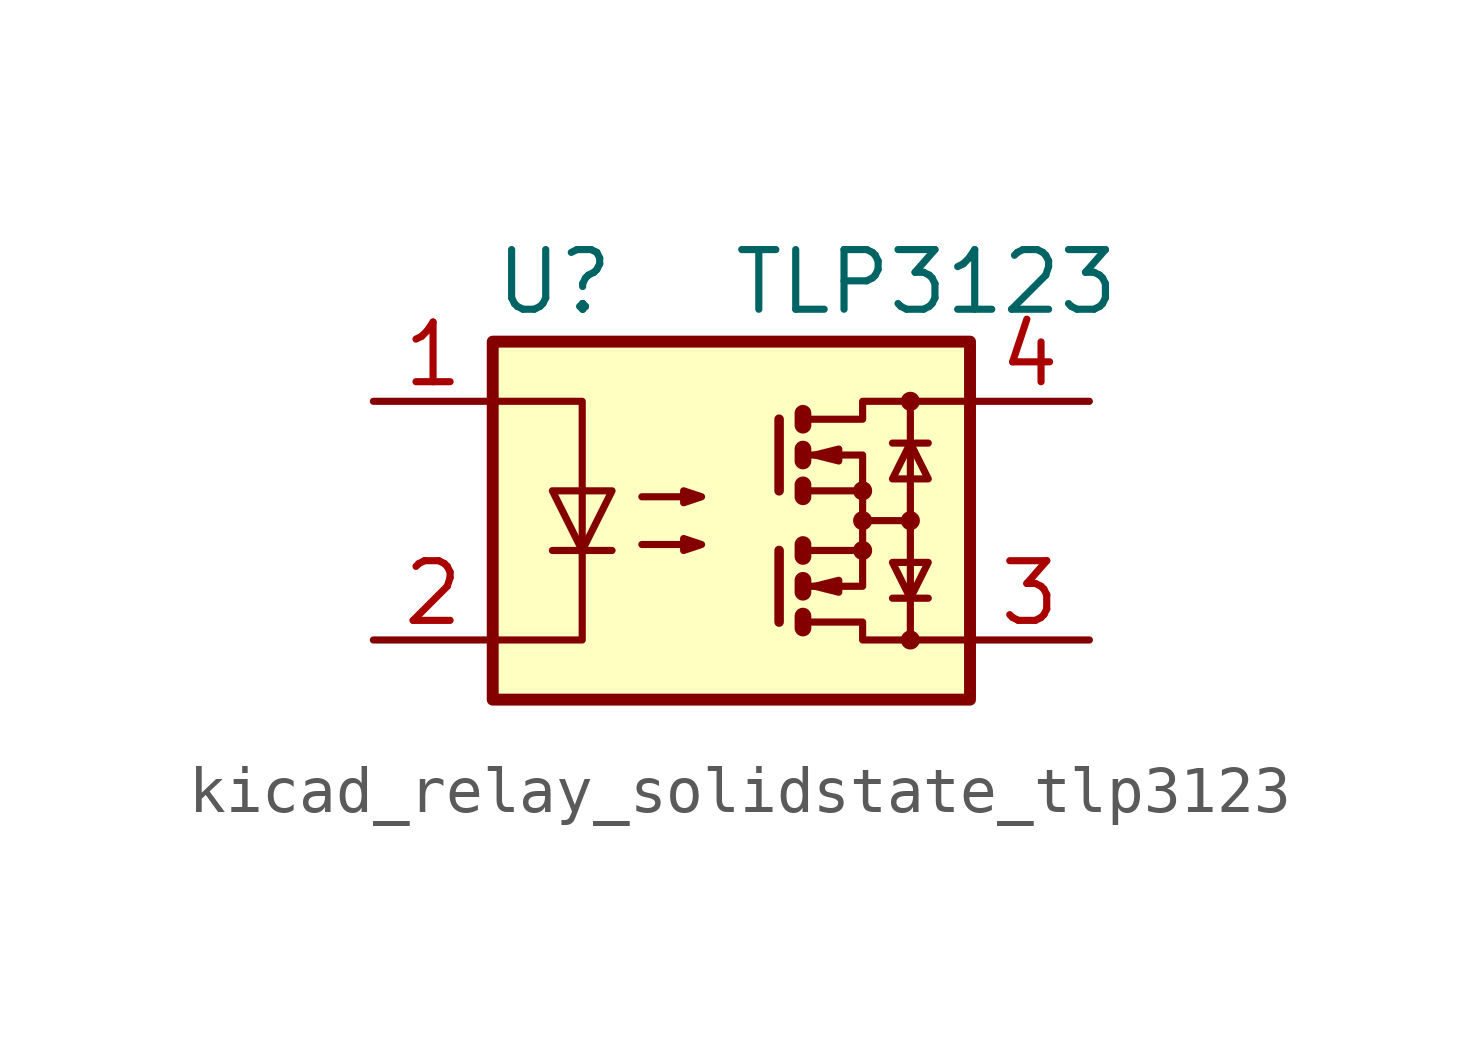
<source format=kicad_sym>
(kicad_symbol_lib
  (version 20220914)
  (generator kicad_symbol_editor)
  (symbol "kicad_relay_solidstate_tlp3123"
    (property "Reference" "U"
      (at -5.08 5.08 0)
      (effects (font (size 1.27 1.27)) (justify left)))
    (property "Value" "TLP3123"
      (at 0 5.08 0)
      (effects (font (size 1.27 1.27)) (justify left)))
    (symbol "kicad_relay_solidstate_tlp3123_0_1"
      (rectangle (start -5.08 3.81) (end 5.08 -3.81) (stroke (width 0.254) (type default)) (fill (type background)))
      (polyline (pts (xy -3.81 -0.635) (xy -2.54 -0.635)) (stroke (width 0) (type default)) (fill (type none)))
      (polyline (pts (xy 1.016 -0.635) (xy 1.016 -2.159)) (stroke (width 0.203) (type default)) (fill (type none)))
      (polyline (pts (xy 1.016 2.159) (xy 1.016 0.635)) (stroke (width 0.203) (type default)) (fill (type none)))
      (polyline (pts (xy 1.524 -0.508) (xy 1.524 -0.762)) (stroke (width 0.356) (type default)) (fill (type none)))
      (polyline (pts (xy 2.794 0) (xy 3.81 0)) (stroke (width 0) (type default)) (fill (type none)))
      (polyline (pts (xy 3.429 -1.651) (xy 4.191 -1.651)) (stroke (width 0) (type default)) (fill (type none)))
      (polyline (pts (xy 3.429 1.651) (xy 4.191 1.651)) (stroke (width 0) (type default)) (fill (type none)))
      (polyline (pts (xy 3.81 -2.54) (xy 3.81 2.54)) (stroke (width 0) (type default)) (fill (type none)))
      (polyline (pts (xy 1.524 -2.032) (xy 1.524 -2.286) (xy 1.524 -2.286)) (stroke (width 0.356) (type default)) (fill (type none)))
      (polyline (pts (xy 1.524 -1.27) (xy 1.524 -1.524) (xy 1.524 -1.524)) (stroke (width 0.356) (type default)) (fill (type none)))
      (polyline (pts (xy 1.524 0.762) (xy 1.524 0.508) (xy 1.524 0.508)) (stroke (width 0.356) (type default)) (fill (type none)))
      (polyline (pts (xy 1.524 1.524) (xy 1.524 1.27) (xy 1.524 1.27)) (stroke (width 0.356) (type default)) (fill (type none)))
      (polyline (pts (xy 1.524 2.286) (xy 1.524 2.032) (xy 1.524 2.032)) (stroke (width 0.356) (type default)) (fill (type none)))
      (polyline (pts (xy 1.651 -1.397) (xy 2.794 -1.397) (xy 2.794 -0.635)) (stroke (width 0) (type default)) (fill (type none)))
      (polyline (pts (xy 1.651 1.397) (xy 2.794 1.397) (xy 2.794 0.635)) (stroke (width 0) (type default)) (fill (type none)))
      (polyline (pts (xy -5.08 2.54) (xy -3.175 2.54) (xy -3.175 -2.54) (xy -5.08 -2.54)) (stroke (width 0) (type default)) (fill (type none)))
      (polyline (pts (xy -3.175 -0.635) (xy -3.81 0.635) (xy -2.54 0.635) (xy -3.175 -0.635)) (stroke (width 0) (type default)) (fill (type none)))
      (polyline (pts (xy 1.651 -2.159) (xy 2.794 -2.159) (xy 2.794 -2.54) (xy 5.08 -2.54)) (stroke (width 0) (type default)) (fill (type none)))
      (polyline (pts (xy 1.651 -0.635) (xy 2.794 -0.635) (xy 2.794 0.635) (xy 1.651 0.635)) (stroke (width 0) (type default)) (fill (type none)))
      (polyline (pts (xy 1.651 2.159) (xy 2.794 2.159) (xy 2.794 2.54) (xy 5.08 2.54)) (stroke (width 0) (type default)) (fill (type none)))
      (polyline (pts (xy 1.778 -1.397) (xy 2.286 -1.27) (xy 2.286 -1.524) (xy 1.778 -1.397)) (stroke (width 0) (type default)) (fill (type none)))
      (polyline (pts (xy 1.778 1.397) (xy 2.286 1.524) (xy 2.286 1.27) (xy 1.778 1.397)) (stroke (width 0) (type default)) (fill (type none)))
      (polyline (pts (xy 3.81 -1.651) (xy 3.429 -0.889) (xy 4.191 -0.889) (xy 3.81 -1.651)) (stroke (width 0) (type default)) (fill (type none)))
      (polyline (pts (xy 3.81 1.651) (xy 3.429 0.889) (xy 4.191 0.889) (xy 3.81 1.651)) (stroke (width 0) (type default)) (fill (type none)))
      (polyline (pts (xy -1.905 -0.508) (xy -0.635 -0.508) (xy -1.016 -0.635) (xy -1.016 -0.381) (xy -0.635 -0.508)) (stroke (width 0) (type default)) (fill (type none)))
      (polyline (pts (xy -1.905 0.508) (xy -0.635 0.508) (xy -1.016 0.381) (xy -1.016 0.635) (xy -0.635 0.508)) (stroke (width 0) (type default)) (fill (type none)))
      (circle (center 2.794 -0.635) (radius 0.127) (stroke (width 0) (type default)) (fill (type none)))
      (circle (center 2.794 0) (radius 0.127) (stroke (width 0) (type default)) (fill (type none)))
      (circle (center 2.794 0.635) (radius 0.127) (stroke (width 0) (type default)) (fill (type none)))
      (circle (center 3.81 -2.54) (radius 0.127) (stroke (width 0) (type default)) (fill (type none)))
      (circle (center 3.81 0) (radius 0.127) (stroke (width 0) (type default)) (fill (type none)))
      (circle (center 3.81 2.54) (radius 0.127) (stroke (width 0) (type default)) (fill (type none))))
    (symbol "kicad_relay_solidstate_tlp3123_1_1"
      (pin passive line (at -7.62 2.54 0) (length 2.54) (name "~" (effects (font (size 1.27 1.27)))) (number "1" (effects (font (size 1.27 1.27)))))
      (pin passive line (at -7.62 -2.54 0) (length 2.54) (name "~" (effects (font (size 1.27 1.27)))) (number "2" (effects (font (size 1.27 1.27)))))
      (pin passive line (at 7.62 -2.54 180) (length 2.54) (name "~" (effects (font (size 1.27 1.27)))) (number "3" (effects (font (size 1.27 1.27)))))
      (pin passive line (at 7.62 2.54 180) (length 2.54) (name "~" (effects (font (size 1.27 1.27)))) (number "4" (effects (font (size 1.27 1.27))))))))
</source>
